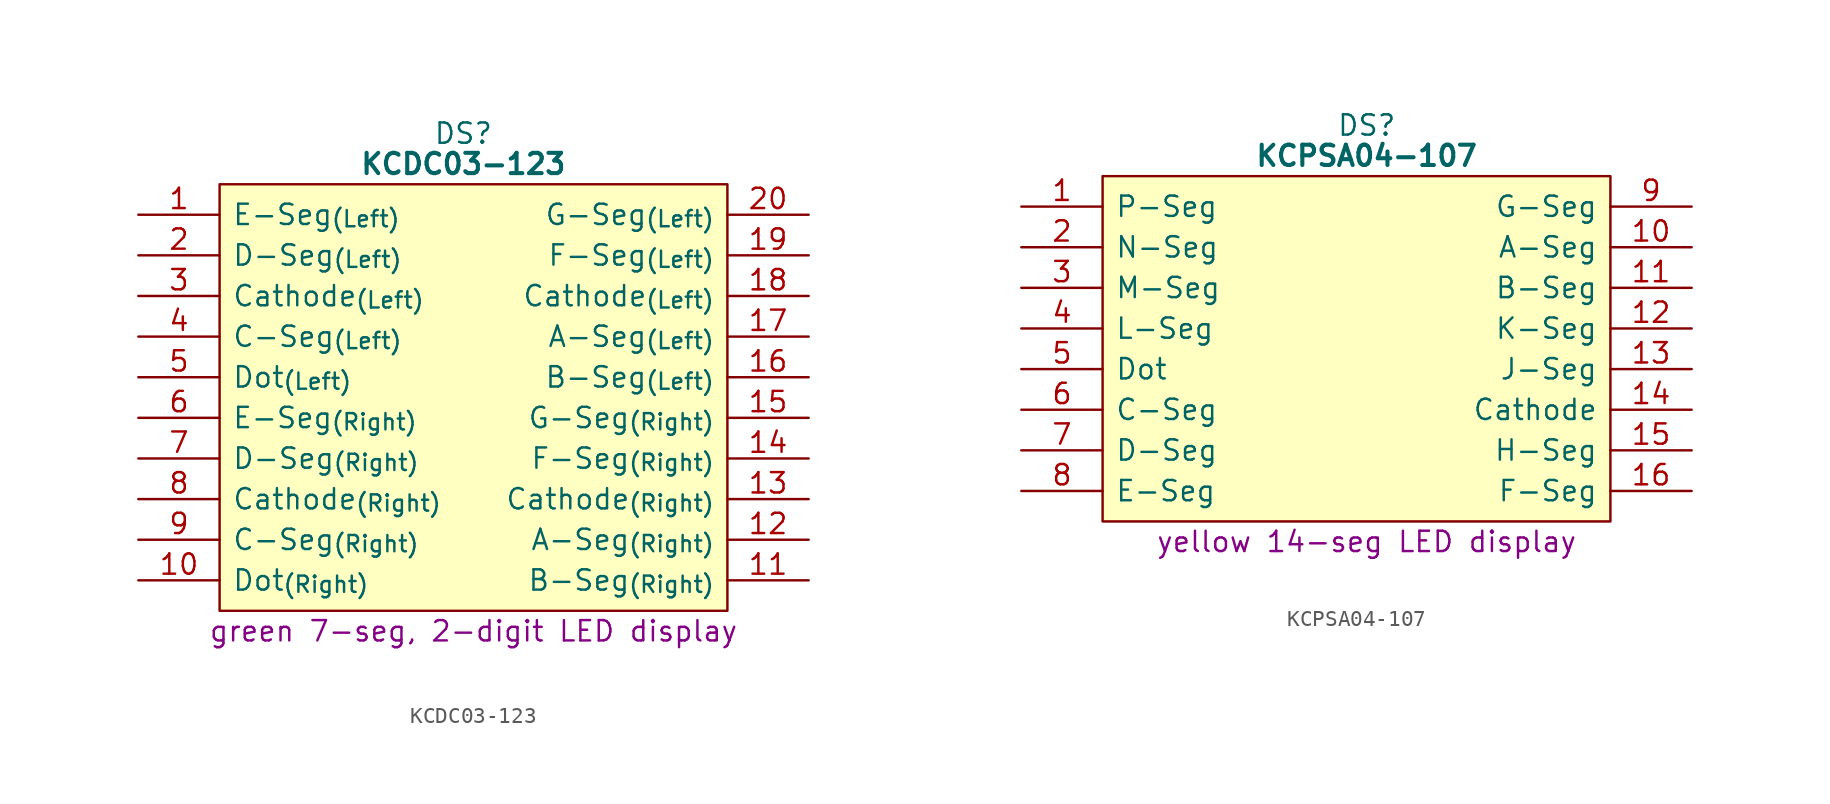
<source format=kicad_sym>
(kicad_symbol_lib
  (version 20231120)
  (generator "kicad_symbol_editor")
  (generator_version "8.0")
  (symbol "KCDC03-123"
    (pin_names
      (offset 0.762))
    (property "Reference" "DS"
      (at 20.32 5.08 0)
      (effects (font (size 1.27 1.27))))
    (property "Value" "KCDC03-123"
      (at 20.32 3.175 0)
      (effects (font (size 1.27 1.27) (bold yes))))
    (property "Description" "green 7-seg, 2-digit LED display"
      (at 20.955 -26.035 0)
      (effects (font (size 1.27 1.27))))
    (symbol "KCDC03-123_0_0"
      (pin input line (at 0 0 0) (length 5.08) (name "E-Seg_{(Left)}" (effects (font (size 1.27 1.27)))) (number "1" (effects (font (size 1.27 1.27)))))
      (pin input line (at 0 -22.86 0) (length 5.08) (name "Dot_{(Right)}" (effects (font (size 1.27 1.27)))) (number "10" (effects (font (size 1.27 1.27)))))
      (pin input line (at 41.91 -22.86 180) (length 5.08) (name "B-Seg_{(Right)}" (effects (font (size 1.27 1.27)))) (number "11" (effects (font (size 1.27 1.27)))))
      (pin input line (at 41.91 -20.32 180) (length 5.08) (name "A-Seg_{(Right)}" (effects (font (size 1.27 1.27)))) (number "12" (effects (font (size 1.27 1.27)))))
      (pin passive line (at 41.91 -17.78 180) (length 5.08) (name "Cathode_{(Right)}" (effects (font (size 1.27 1.27)))) (number "13" (effects (font (size 1.27 1.27)))))
      (pin input line (at 41.91 -15.24 180) (length 5.08) (name "F-Seg_{(Right)}" (effects (font (size 1.27 1.27)))) (number "14" (effects (font (size 1.27 1.27)))))
      (pin input line (at 41.91 -12.7 180) (length 5.08) (name "G-Seg_{(Right)}" (effects (font (size 1.27 1.27)))) (number "15" (effects (font (size 1.27 1.27)))))
      (pin input line (at 41.91 -10.16 180) (length 5.08) (name "B-Seg_{(Left)}" (effects (font (size 1.27 1.27)))) (number "16" (effects (font (size 1.27 1.27)))))
      (pin input line (at 41.91 -7.62 180) (length 5.08) (name "A-Seg_{(Left)}" (effects (font (size 1.27 1.27)))) (number "17" (effects (font (size 1.27 1.27)))))
      (pin passive line (at 41.91 -5.08 180) (length 5.08) (name "Cathode_{(Left)}" (effects (font (size 1.27 1.27)))) (number "18" (effects (font (size 1.27 1.27)))))
      (pin input line (at 41.91 -2.54 180) (length 5.08) (name "F-Seg_{(Left)}" (effects (font (size 1.27 1.27)))) (number "19" (effects (font (size 1.27 1.27)))))
      (pin input line (at 0 -2.54 0) (length 5.08) (name "D-Seg_{(Left)}" (effects (font (size 1.27 1.27)))) (number "2" (effects (font (size 1.27 1.27)))))
      (pin input line (at 41.91 0 180) (length 5.08) (name "G-Seg_{(Left)}" (effects (font (size 1.27 1.27)))) (number "20" (effects (font (size 1.27 1.27)))))
      (pin passive line (at 0 -5.08 0) (length 5.08) (name "Cathode_{(Left)}" (effects (font (size 1.27 1.27)))) (number "3" (effects (font (size 1.27 1.27)))))
      (pin input line (at 0 -7.62 0) (length 5.08) (name "C-Seg_{(Left)}" (effects (font (size 1.27 1.27)))) (number "4" (effects (font (size 1.27 1.27)))))
      (pin input line (at 0 -10.16 0) (length 5.08) (name "Dot_{(Left)}" (effects (font (size 1.27 1.27)))) (number "5" (effects (font (size 1.27 1.27)))))
      (pin input line (at 0 -12.7 0) (length 5.08) (name "E-Seg_{(Right)}" (effects (font (size 1.27 1.27)))) (number "6" (effects (font (size 1.27 1.27)))))
      (pin input line (at 0 -15.24 0) (length 5.08) (name "D-Seg_{(Right)}" (effects (font (size 1.27 1.27)))) (number "7" (effects (font (size 1.27 1.27)))))
      (pin passive line (at 0 -17.78 0) (length 5.08) (name "Cathode_{(Right)}" (effects (font (size 1.27 1.27)))) (number "8" (effects (font (size 1.27 1.27)))))
      (pin input line (at 0 -20.32 0) (length 5.08) (name "C-Seg_{(Right)}" (effects (font (size 1.27 1.27)))) (number "9" (effects (font (size 1.27 1.27))))))
    (symbol "KCDC03-123_0_1"
      (polyline (pts (xy 5.08 1.905) (xy 36.83 1.905) (xy 36.83 -24.765) (xy 5.08 -24.765) (xy 5.08 1.905)) (stroke (width 0.152) (type default)) (fill (type background)))))
  (symbol "KCPSA04-107"
    (pin_names
      (offset 0.762))
    (property "Reference" "DS"
      (at 21.59 5.08 0)
      (effects (font (size 1.27 1.27))))
    (property "Value" "KCPSA04-107"
      (at 21.59 3.175 0)
      (effects (font (size 1.27 1.27) (thickness 0.254) (bold yes))))
    (property "Description" "yellow 14-seg LED display"
      (at 21.59 -20.955 0)
      (effects (font (size 1.27 1.27))))
    (symbol "KCPSA04-107_0_1"
      (polyline (pts (xy 5.08 1.905) (xy 36.83 1.905) (xy 36.83 -19.685) (xy 5.08 -19.685) (xy 5.08 1.905)) (stroke (width 0.152) (type default)) (fill (type background))))
    (symbol "KCPSA04-107_1_0"
      (pin passive line (at 0 0 0) (length 5.08) (name "P-Seg" (effects (font (size 1.27 1.27)))) (number "1" (effects (font (size 1.27 1.27)))))
      (pin passive line (at 41.91 -2.54 180) (length 5.08) (name "A-Seg" (effects (font (size 1.27 1.27)))) (number "10" (effects (font (size 1.27 1.27)))))
      (pin passive line (at 41.91 -5.08 180) (length 5.08) (name "B-Seg" (effects (font (size 1.27 1.27)))) (number "11" (effects (font (size 1.27 1.27)))))
      (pin passive line (at 41.91 -7.62 180) (length 5.08) (name "K-Seg" (effects (font (size 1.27 1.27)))) (number "12" (effects (font (size 1.27 1.27)))))
      (pin passive line (at 41.91 -10.16 180) (length 5.08) (name "J-Seg" (effects (font (size 1.27 1.27)))) (number "13" (effects (font (size 1.27 1.27)))))
      (pin passive line (at 41.91 -12.7 180) (length 5.08) (name "Cathode" (effects (font (size 1.27 1.27)))) (number "14" (effects (font (size 1.27 1.27)))))
      (pin passive line (at 41.91 -15.24 180) (length 5.08) (name "H-Seg" (effects (font (size 1.27 1.27)))) (number "15" (effects (font (size 1.27 1.27)))))
      (pin passive line (at 41.91 -17.78 180) (length 5.08) (name "F-Seg" (effects (font (size 1.27 1.27)))) (number "16" (effects (font (size 1.27 1.27)))))
      (pin passive line (at 0 -2.54 0) (length 5.08) (name "N-Seg" (effects (font (size 1.27 1.27)))) (number "2" (effects (font (size 1.27 1.27)))))
      (pin passive line (at 0 -5.08 0) (length 5.08) (name "M-Seg" (effects (font (size 1.27 1.27)))) (number "3" (effects (font (size 1.27 1.27)))))
      (pin passive line (at 0 -7.62 0) (length 5.08) (name "L-Seg" (effects (font (size 1.27 1.27)))) (number "4" (effects (font (size 1.27 1.27)))))
      (pin passive line (at 0 -10.16 0) (length 5.08) (name "Dot" (effects (font (size 1.27 1.27)))) (number "5" (effects (font (size 1.27 1.27)))))
      (pin passive line (at 0 -12.7 0) (length 5.08) (name "C-Seg" (effects (font (size 1.27 1.27)))) (number "6" (effects (font (size 1.27 1.27)))))
      (pin passive line (at 0 -15.24 0) (length 5.08) (name "D-Seg" (effects (font (size 1.27 1.27)))) (number "7" (effects (font (size 1.27 1.27)))))
      (pin passive line (at 0 -17.78 0) (length 5.08) (name "E-Seg" (effects (font (size 1.27 1.27)))) (number "8" (effects (font (size 1.27 1.27)))))
      (pin passive line (at 41.91 0 180) (length 5.08) (name "G-Seg" (effects (font (size 1.27 1.27)))) (number "9" (effects (font (size 1.27 1.27))))))))
</source>
